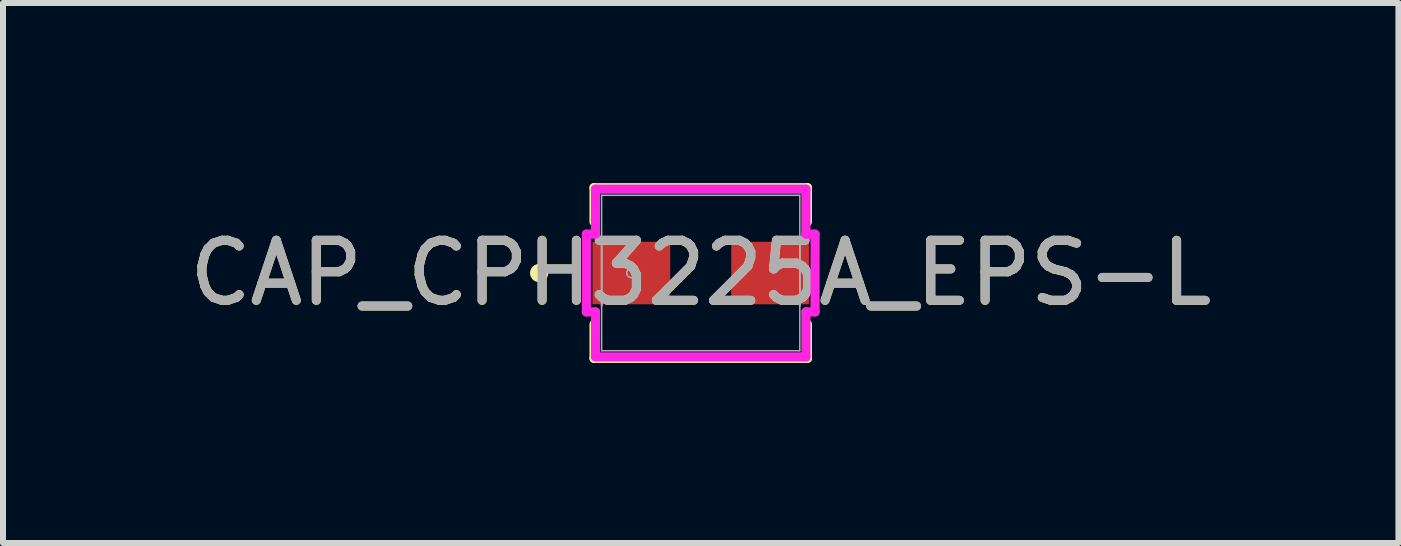
<source format=kicad_pcb>
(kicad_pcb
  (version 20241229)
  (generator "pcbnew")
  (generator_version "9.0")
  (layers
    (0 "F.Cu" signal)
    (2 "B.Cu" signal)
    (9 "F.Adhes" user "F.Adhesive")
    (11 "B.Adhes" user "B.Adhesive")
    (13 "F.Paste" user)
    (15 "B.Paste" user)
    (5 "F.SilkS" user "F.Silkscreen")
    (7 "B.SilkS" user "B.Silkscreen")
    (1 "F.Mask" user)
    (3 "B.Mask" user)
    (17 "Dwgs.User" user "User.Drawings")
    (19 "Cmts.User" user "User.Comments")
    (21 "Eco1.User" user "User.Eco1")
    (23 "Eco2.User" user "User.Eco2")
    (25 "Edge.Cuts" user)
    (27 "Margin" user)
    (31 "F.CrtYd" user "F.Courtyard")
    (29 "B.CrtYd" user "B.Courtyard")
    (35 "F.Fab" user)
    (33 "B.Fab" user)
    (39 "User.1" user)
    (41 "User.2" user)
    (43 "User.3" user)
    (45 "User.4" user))
  (footprint "CAP_CPH3225A_EPS-L"
    (layer "F.Cu")
    (at 8.625 1.499)
    (property "Reference" "CAP_CPH3225A_EPS-L" (at 0 0 0) (unlocked yes) (layer "F.SilkS") (effects (font (size 1 1) (thickness 0.15))))
    (attr smd)
    (fp_line (start -1.778 -1.422) (end -1.778 -0.853) (stroke (width 0.152) (type solid)) (layer "F.SilkS"))
    (fp_line (start -1.778 0.853) (end -1.778 1.422) (stroke (width 0.152) (type solid)) (layer "F.SilkS"))
    (fp_line (start -1.778 1.422) (end 1.778 1.422) (stroke (width 0.152) (type solid)) (layer "F.SilkS"))
    (fp_line (start 1.778 -1.422) (end -1.778 -1.422) (stroke (width 0.152) (type solid)) (layer "F.SilkS"))
    (fp_line (start 1.778 -0.853) (end 1.778 -1.422) (stroke (width 0.152) (type solid)) (layer "F.SilkS"))
    (fp_line (start 1.778 1.422) (end 1.778 0.853) (stroke (width 0.152) (type solid)) (layer "F.SilkS"))
    (fp_circle (center -2.692 0) (end -2.616 0) (stroke (width 0.152) (type solid)) (fill no) (layer "F.SilkS"))
    (fp_line (start -1.905 -0.648) (end -1.753 -0.648) (stroke (width 0.152) (type solid)) (layer "F.CrtYd"))
    (fp_line (start -1.905 0.648) (end -1.905 -0.648) (stroke (width 0.152) (type solid)) (layer "F.CrtYd"))
    (fp_line (start -1.753 -1.397) (end 1.753 -1.397) (stroke (width 0.152) (type solid)) (layer "F.CrtYd"))
    (fp_line (start -1.753 -0.648) (end -1.753 -1.397) (stroke (width 0.152) (type solid)) (layer "F.CrtYd"))
    (fp_line (start -1.753 0.648) (end -1.905 0.648) (stroke (width 0.152) (type solid)) (layer "F.CrtYd"))
    (fp_line (start -1.753 1.397) (end -1.753 0.648) (stroke (width 0.152) (type solid)) (layer "F.CrtYd"))
    (fp_line (start 1.753 -1.397) (end 1.753 -0.648) (stroke (width 0.152) (type solid)) (layer "F.CrtYd"))
    (fp_line (start 1.753 -0.648) (end 1.905 -0.648) (stroke (width 0.152) (type solid)) (layer "F.CrtYd"))
    (fp_line (start 1.753 0.648) (end 1.753 1.397) (stroke (width 0.152) (type solid)) (layer "F.CrtYd"))
    (fp_line (start 1.753 1.397) (end -1.753 1.397) (stroke (width 0.152) (type solid)) (layer "F.CrtYd"))
    (fp_line (start 1.905 -0.648) (end 1.905 0.648) (stroke (width 0.152) (type solid)) (layer "F.CrtYd"))
    (fp_line (start 1.905 0.648) (end 1.753 0.648) (stroke (width 0.152) (type solid)) (layer "F.CrtYd"))
    (fp_line (start -1.651 -1.295) (end -1.651 1.295) (stroke (width 0.025) (type solid)) (layer "F.Fab"))
    (fp_line (start -1.651 -0.546) (end -1.651 -0.546) (stroke (width 0.025) (type solid)) (layer "F.Fab"))
    (fp_line (start -1.651 -0.546) (end -1.651 0.546) (stroke (width 0.025) (type solid)) (layer "F.Fab"))
    (fp_line (start -1.651 0.546) (end -1.651 -0.546) (stroke (width 0.025) (type solid)) (layer "F.Fab"))
    (fp_line (start -1.651 0.546) (end -1.651 0.546) (stroke (width 0.025) (type solid)) (layer "F.Fab"))
    (fp_line (start -1.651 1.295) (end 1.651 1.295) (stroke (width 0.025) (type solid)) (layer "F.Fab"))
    (fp_line (start 1.651 -1.295) (end -1.651 -1.295) (stroke (width 0.025) (type solid)) (layer "F.Fab"))
    (fp_line (start 1.651 -0.546) (end 1.651 -0.546) (stroke (width 0.025) (type solid)) (layer "F.Fab"))
    (fp_line (start 1.651 -0.546) (end 1.651 0.546) (stroke (width 0.025) (type solid)) (layer "F.Fab"))
    (fp_line (start 1.651 0.546) (end 1.651 -0.546) (stroke (width 0.025) (type solid)) (layer "F.Fab"))
    (fp_line (start 1.651 0.546) (end 1.651 0.546) (stroke (width 0.025) (type solid)) (layer "F.Fab"))
    (fp_line (start 1.651 1.295) (end 1.651 -1.295) (stroke (width 0.025) (type solid)) (layer "F.Fab"))
    (fp_circle (center -1.156 0) (end -1.079 0) (stroke (width 0.025) (type solid)) (fill no) (layer "F.Fab"))
    (fp_text user "${REFERENCE}" (at 0 0 0) (unlocked yes) (layer "F.Fab") (effects (font (size 1 1) (thickness 0.15))))
    (pad "1" smd rect (at -1.156 0) (size 1.295 1.041) (layers "F.Cu" "F.Mask" "F.Paste"))
    (pad "2" smd rect (at 1.156 0) (size 1.295 1.041) (layers "F.Cu" "F.Mask" "F.Paste"))
    (zone (net_name "") (layer "F.Cu") (hatch full 0.508) (connect_pads) (min_thickness 0.254) (filled_areas_thickness no) (keepout (tracks not_allowed) (vias not_allowed) (pads allowed) (copperpour not_allowed) (footprints allowed)) (placement (enabled no)) (fill) (polygon (pts (xy 8.168 0.254) (xy 9.082 0.254) (xy 9.082 2.743) (xy 8.168 2.743)))))
  (gr_rect
    (start -3 -3)
    (end 20.25 5.997)
    (stroke (width 0.1) (type default))
    (fill no)
    (layer "Edge.Cuts")))
</source>
